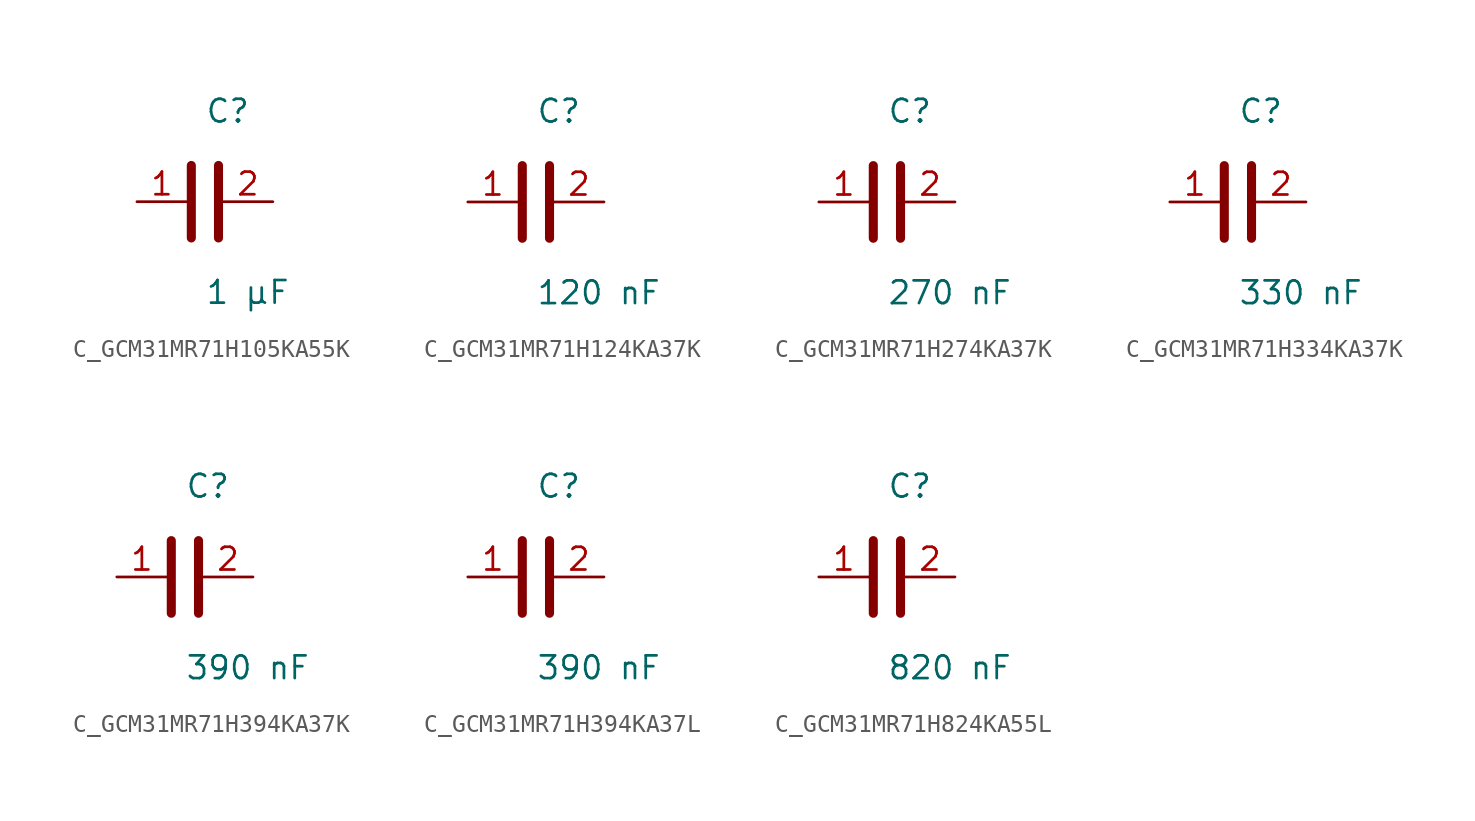
<source format=kicad_sym>
(kicad_symbol_lib
  (version 20231120)
  (generator kicad_symbol_editor)
  (generator_version 8.0)
  (symbol "C_GCM31MR71H105KA55K"
    (pin_names
      (offset 0.254))
    (property "Reference" "C"
      (at 0.0 5.08 0)
      (effects (font (size 1.27 1.27)) (justify left)))
    (property "Value" "1 µF"
      (at 0.0 -5.08 0)
      (effects (font (size 1.27 1.27)) (justify left)))
    (symbol "C_GCM31MR71H105KA55K_0_1"
      (polyline (pts (xy -0.762 -2.032) (xy -0.762 2.032)) (stroke (width 0.508) (type default)) (fill (type none)))
      (polyline (pts (xy 0.762 -2.032) (xy 0.762 2.032)) (stroke (width 0.508) (type default)) (fill (type none))))
    (pin unspecified line
      (at -3.81 0 0)
      (length 2.8)
      (name "" (effects (font (size 1.27 1.27))))
      (number "1" (effects (font (size 1.27 1.27)))))
    (pin unspecified line
      (at 3.81 0 180)
      (length 2.8)
      (name "" (effects (font (size 1.27 1.27))))
      (number "2" (effects (font (size 1.27 1.27))))))
  (symbol "C_GCM31MR71H124KA37K"
    (pin_names
      (offset 0.254))
    (property "Reference" "C"
      (at 0.0 5.08 0)
      (effects (font (size 1.27 1.27)) (justify left)))
    (property "Value" "120 nF"
      (at 0.0 -5.08 0)
      (effects (font (size 1.27 1.27)) (justify left)))
    (symbol "C_GCM31MR71H124KA37K_0_1"
      (polyline (pts (xy -0.762 -2.032) (xy -0.762 2.032)) (stroke (width 0.508) (type default)) (fill (type none)))
      (polyline (pts (xy 0.762 -2.032) (xy 0.762 2.032)) (stroke (width 0.508) (type default)) (fill (type none))))
    (pin unspecified line
      (at -3.81 0 0)
      (length 2.8)
      (name "" (effects (font (size 1.27 1.27))))
      (number "1" (effects (font (size 1.27 1.27)))))
    (pin unspecified line
      (at 3.81 0 180)
      (length 2.8)
      (name "" (effects (font (size 1.27 1.27))))
      (number "2" (effects (font (size 1.27 1.27))))))
  (symbol "C_GCM31MR71H274KA37K"
    (pin_names
      (offset 0.254))
    (property "Reference" "C"
      (at 0.0 5.08 0)
      (effects (font (size 1.27 1.27)) (justify left)))
    (property "Value" "270 nF"
      (at 0.0 -5.08 0)
      (effects (font (size 1.27 1.27)) (justify left)))
    (symbol "C_GCM31MR71H274KA37K_0_1"
      (polyline (pts (xy -0.762 -2.032) (xy -0.762 2.032)) (stroke (width 0.508) (type default)) (fill (type none)))
      (polyline (pts (xy 0.762 -2.032) (xy 0.762 2.032)) (stroke (width 0.508) (type default)) (fill (type none))))
    (pin unspecified line
      (at -3.81 0 0)
      (length 2.8)
      (name "" (effects (font (size 1.27 1.27))))
      (number "1" (effects (font (size 1.27 1.27)))))
    (pin unspecified line
      (at 3.81 0 180)
      (length 2.8)
      (name "" (effects (font (size 1.27 1.27))))
      (number "2" (effects (font (size 1.27 1.27))))))
  (symbol "C_GCM31MR71H334KA37K"
    (pin_names
      (offset 0.254))
    (property "Reference" "C"
      (at 0.0 5.08 0)
      (effects (font (size 1.27 1.27)) (justify left)))
    (property "Value" "330 nF"
      (at 0.0 -5.08 0)
      (effects (font (size 1.27 1.27)) (justify left)))
    (symbol "C_GCM31MR71H334KA37K_0_1"
      (polyline (pts (xy -0.762 -2.032) (xy -0.762 2.032)) (stroke (width 0.508) (type default)) (fill (type none)))
      (polyline (pts (xy 0.762 -2.032) (xy 0.762 2.032)) (stroke (width 0.508) (type default)) (fill (type none))))
    (pin unspecified line
      (at -3.81 0 0)
      (length 2.8)
      (name "" (effects (font (size 1.27 1.27))))
      (number "1" (effects (font (size 1.27 1.27)))))
    (pin unspecified line
      (at 3.81 0 180)
      (length 2.8)
      (name "" (effects (font (size 1.27 1.27))))
      (number "2" (effects (font (size 1.27 1.27))))))
  (symbol "C_GCM31MR71H394KA37K"
    (pin_names
      (offset 0.254))
    (property "Reference" "C"
      (at 0.0 5.08 0)
      (effects (font (size 1.27 1.27)) (justify left)))
    (property "Value" "390 nF"
      (at 0.0 -5.08 0)
      (effects (font (size 1.27 1.27)) (justify left)))
    (symbol "C_GCM31MR71H394KA37K_0_1"
      (polyline (pts (xy -0.762 -2.032) (xy -0.762 2.032)) (stroke (width 0.508) (type default)) (fill (type none)))
      (polyline (pts (xy 0.762 -2.032) (xy 0.762 2.032)) (stroke (width 0.508) (type default)) (fill (type none))))
    (pin unspecified line
      (at -3.81 0 0)
      (length 2.8)
      (name "" (effects (font (size 1.27 1.27))))
      (number "1" (effects (font (size 1.27 1.27)))))
    (pin unspecified line
      (at 3.81 0 180)
      (length 2.8)
      (name "" (effects (font (size 1.27 1.27))))
      (number "2" (effects (font (size 1.27 1.27))))))
  (symbol "C_GCM31MR71H394KA37L"
    (pin_names
      (offset 0.254))
    (property "Reference" "C"
      (at 0.0 5.08 0)
      (effects (font (size 1.27 1.27)) (justify left)))
    (property "Value" "390 nF"
      (at 0.0 -5.08 0)
      (effects (font (size 1.27 1.27)) (justify left)))
    (symbol "C_GCM31MR71H394KA37L_0_1"
      (polyline (pts (xy -0.762 -2.032) (xy -0.762 2.032)) (stroke (width 0.508) (type default)) (fill (type none)))
      (polyline (pts (xy 0.762 -2.032) (xy 0.762 2.032)) (stroke (width 0.508) (type default)) (fill (type none))))
    (pin unspecified line
      (at -3.81 0 0)
      (length 2.8)
      (name "" (effects (font (size 1.27 1.27))))
      (number "1" (effects (font (size 1.27 1.27)))))
    (pin unspecified line
      (at 3.81 0 180)
      (length 2.8)
      (name "" (effects (font (size 1.27 1.27))))
      (number "2" (effects (font (size 1.27 1.27))))))
  (symbol "C_GCM31MR71H824KA55L"
    (pin_names
      (offset 0.254))
    (property "Reference" "C"
      (at 0.0 5.08 0)
      (effects (font (size 1.27 1.27)) (justify left)))
    (property "Value" "820 nF"
      (at 0.0 -5.08 0)
      (effects (font (size 1.27 1.27)) (justify left)))
    (symbol "C_GCM31MR71H824KA55L_0_1"
      (polyline (pts (xy -0.762 -2.032) (xy -0.762 2.032)) (stroke (width 0.508) (type default)) (fill (type none)))
      (polyline (pts (xy 0.762 -2.032) (xy 0.762 2.032)) (stroke (width 0.508) (type default)) (fill (type none))))
    (pin unspecified line
      (at -3.81 0 0)
      (length 2.8)
      (name "" (effects (font (size 1.27 1.27))))
      (number "1" (effects (font (size 1.27 1.27)))))
    (pin unspecified line
      (at 3.81 0 180)
      (length 2.8)
      (name "" (effects (font (size 1.27 1.27))))
      (number "2" (effects (font (size 1.27 1.27)))))))
</source>
